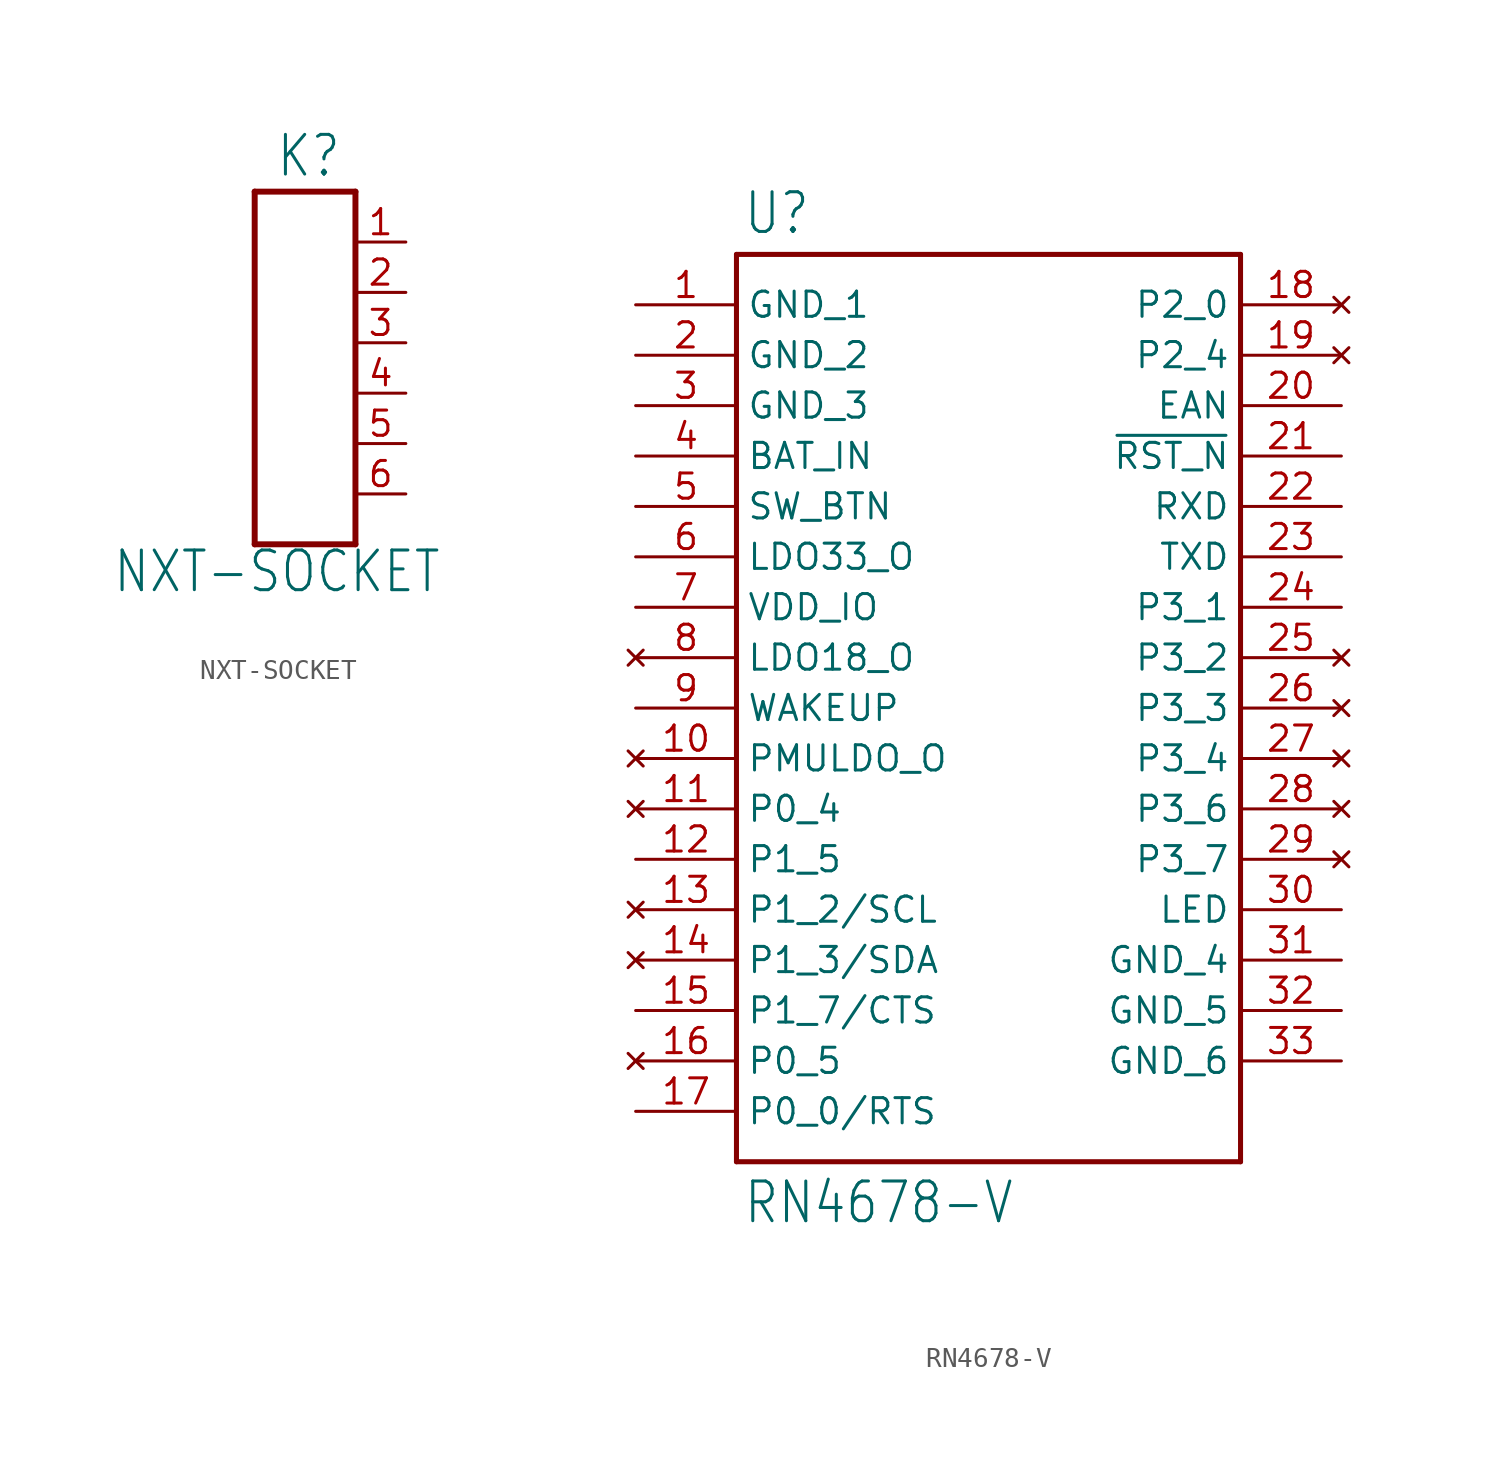
<source format=kicad_sym>
(kicad_symbol_lib
  (version 20211014)
  (generator kicad_symbol_editor)
  (symbol "NXT-SOCKET"
    (property "Reference" "K"
      (at -4.035 18.415 0)
      (effects (font (size 2 1.7)) (justify left bottom)))
    (property "Value" "NXT-SOCKET"
      (at -12.27 -2.54 0)
      (effects (font (size 2 1.7)) (justify left bottom)))
    (property "ki_locked" ""
      (at 0 0 0)
      (effects (font (size 1.27 1.27))))
    (symbol "NXT-SOCKET_1_0"
      (polyline (pts (xy -5.08 0) (xy 0 0)) (stroke (width 0.3) (type default) (color 0 0 0 0)) (fill (type none)))
      (polyline (pts (xy -5.08 17.78) (xy -5.08 0)) (stroke (width 0.3) (type default) (color 0 0 0 0)) (fill (type none)))
      (polyline (pts (xy 0 0) (xy 0 17.78)) (stroke (width 0.3) (type default) (color 0 0 0 0)) (fill (type none)))
      (polyline (pts (xy 0 17.78) (xy -5.08 17.78)) (stroke (width 0.3) (type default) (color 0 0 0 0)) (fill (type none)))
      (pin passive line (at 2.54 15.24 180) (length 2.54) (name "1" (effects (font (size 0 0)))) (number "1" (effects (font (size 1.27 1.27)))))
      (pin passive line (at 2.54 12.7 180) (length 2.54) (name "2" (effects (font (size 0 0)))) (number "2" (effects (font (size 1.27 1.27)))))
      (pin passive line (at 2.54 10.16 180) (length 2.54) (name "3" (effects (font (size 0 0)))) (number "3" (effects (font (size 1.27 1.27)))))
      (pin passive line (at 2.54 7.62 180) (length 2.54) (name "4" (effects (font (size 0 0)))) (number "4" (effects (font (size 1.27 1.27)))))
      (pin passive line (at 2.54 5.08 180) (length 2.54) (name "5" (effects (font (size 0 0)))) (number "5" (effects (font (size 1.27 1.27)))))
      (pin passive line (at 2.54 2.54 180) (length 2.54) (name "6" (effects (font (size 0 0)))) (number "6" (effects (font (size 1.27 1.27)))))))
  (symbol "RN4678-V"
    (property "Reference" "U"
      (at 5.397 3.445 0)
      (effects (font (size 2 1.7)) (justify left bottom)))
    (property "Value" "RN4678-V"
      (at 5.397 -46.403 0)
      (effects (font (size 2 1.7)) (justify left bottom)))
    (property "ki_locked" ""
      (at 0 0 0)
      (effects (font (size 1.27 1.27))))
    (symbol "RN4678-V_1_0"
      (polyline (pts (xy 5.08 -43.18) (xy 5.08 2.54)) (stroke (width 0.254) (type default) (color 0 0 0 0)) (fill (type none)))
      (polyline (pts (xy 5.08 2.54) (xy 30.48 2.54)) (stroke (width 0.254) (type default) (color 0 0 0 0)) (fill (type none)))
      (polyline (pts (xy 30.48 -43.18) (xy 5.08 -43.18)) (stroke (width 0.254) (type default) (color 0 0 0 0)) (fill (type none)))
      (polyline (pts (xy 30.48 2.54) (xy 30.48 -43.18)) (stroke (width 0.254) (type default) (color 0 0 0 0)) (fill (type none)))
      (pin passive line (at 0 0 0) (length 5.08) (name "GND_1" (effects (font (size 1.27 1.27)))) (number "1" (effects (font (size 1.27 1.27)))))
      (pin no_connect line (at 0 -22.86 0) (length 5.08) (name "PMULDO_O" (effects (font (size 1.27 1.27)))) (number "10" (effects (font (size 1.27 1.27)))))
      (pin no_connect line (at 0 -25.4 0) (length 5.08) (name "P0_4" (effects (font (size 1.27 1.27)))) (number "11" (effects (font (size 1.27 1.27)))))
      (pin passive line (at 0 -27.94 0) (length 5.08) (name "P1_5" (effects (font (size 1.27 1.27)))) (number "12" (effects (font (size 1.27 1.27)))))
      (pin no_connect line (at 0 -30.48 0) (length 5.08) (name "P1_2/SCL" (effects (font (size 1.27 1.27)))) (number "13" (effects (font (size 1.27 1.27)))))
      (pin no_connect line (at 0 -33.02 0) (length 5.08) (name "P1_3/SDA" (effects (font (size 1.27 1.27)))) (number "14" (effects (font (size 1.27 1.27)))))
      (pin passive line (at 0 -35.56 0) (length 5.08) (name "P1_7/CTS" (effects (font (size 1.27 1.27)))) (number "15" (effects (font (size 1.27 1.27)))))
      (pin no_connect line (at 0 -38.1 0) (length 5.08) (name "P0_5" (effects (font (size 1.27 1.27)))) (number "16" (effects (font (size 1.27 1.27)))))
      (pin passive line (at 0 -40.64 0) (length 5.08) (name "P0_0/RTS" (effects (font (size 1.27 1.27)))) (number "17" (effects (font (size 1.27 1.27)))))
      (pin no_connect line (at 35.56 0 180) (length 5.08) (name "P2_0" (effects (font (size 1.27 1.27)))) (number "18" (effects (font (size 1.27 1.27)))))
      (pin no_connect line (at 35.56 -2.54 180) (length 5.08) (name "P2_4" (effects (font (size 1.27 1.27)))) (number "19" (effects (font (size 1.27 1.27)))))
      (pin passive line (at 0 -2.54 0) (length 5.08) (name "GND_2" (effects (font (size 1.27 1.27)))) (number "2" (effects (font (size 1.27 1.27)))))
      (pin passive line (at 35.56 -5.08 180) (length 5.08) (name "EAN" (effects (font (size 1.27 1.27)))) (number "20" (effects (font (size 1.27 1.27)))))
      (pin passive line (at 35.56 -7.62 180) (length 5.08) (name "~{RST_N}" (effects (font (size 1.27 1.27)))) (number "21" (effects (font (size 1.27 1.27)))))
      (pin passive line (at 35.56 -10.16 180) (length 5.08) (name "RXD" (effects (font (size 1.27 1.27)))) (number "22" (effects (font (size 1.27 1.27)))))
      (pin passive line (at 35.56 -12.7 180) (length 5.08) (name "TXD" (effects (font (size 1.27 1.27)))) (number "23" (effects (font (size 1.27 1.27)))))
      (pin passive line (at 35.56 -15.24 180) (length 5.08) (name "P3_1" (effects (font (size 1.27 1.27)))) (number "24" (effects (font (size 1.27 1.27)))))
      (pin no_connect line (at 35.56 -17.78 180) (length 5.08) (name "P3_2" (effects (font (size 1.27 1.27)))) (number "25" (effects (font (size 1.27 1.27)))))
      (pin no_connect line (at 35.56 -20.32 180) (length 5.08) (name "P3_3" (effects (font (size 1.27 1.27)))) (number "26" (effects (font (size 1.27 1.27)))))
      (pin no_connect line (at 35.56 -22.86 180) (length 5.08) (name "P3_4" (effects (font (size 1.27 1.27)))) (number "27" (effects (font (size 1.27 1.27)))))
      (pin no_connect line (at 35.56 -25.4 180) (length 5.08) (name "P3_6" (effects (font (size 1.27 1.27)))) (number "28" (effects (font (size 1.27 1.27)))))
      (pin no_connect line (at 35.56 -27.94 180) (length 5.08) (name "P3_7" (effects (font (size 1.27 1.27)))) (number "29" (effects (font (size 1.27 1.27)))))
      (pin passive line (at 0 -5.08 0) (length 5.08) (name "GND_3" (effects (font (size 1.27 1.27)))) (number "3" (effects (font (size 1.27 1.27)))))
      (pin passive line (at 35.56 -30.48 180) (length 5.08) (name "LED" (effects (font (size 1.27 1.27)))) (number "30" (effects (font (size 1.27 1.27)))))
      (pin passive line (at 35.56 -33.02 180) (length 5.08) (name "GND_4" (effects (font (size 1.27 1.27)))) (number "31" (effects (font (size 1.27 1.27)))))
      (pin passive line (at 35.56 -35.56 180) (length 5.08) (name "GND_5" (effects (font (size 1.27 1.27)))) (number "32" (effects (font (size 1.27 1.27)))))
      (pin passive line (at 35.56 -38.1 180) (length 5.08) (name "GND_6" (effects (font (size 1.27 1.27)))) (number "33" (effects (font (size 1.27 1.27)))))
      (pin passive line (at 0 -7.62 0) (length 5.08) (name "BAT_IN" (effects (font (size 1.27 1.27)))) (number "4" (effects (font (size 1.27 1.27)))))
      (pin passive line (at 0 -10.16 0) (length 5.08) (name "SW_BTN" (effects (font (size 1.27 1.27)))) (number "5" (effects (font (size 1.27 1.27)))))
      (pin passive line (at 0 -12.7 0) (length 5.08) (name "LDO33_O" (effects (font (size 1.27 1.27)))) (number "6" (effects (font (size 1.27 1.27)))))
      (pin passive line (at 0 -15.24 0) (length 5.08) (name "VDD_IO" (effects (font (size 1.27 1.27)))) (number "7" (effects (font (size 1.27 1.27)))))
      (pin no_connect line (at 0 -17.78 0) (length 5.08) (name "LDO18_O" (effects (font (size 1.27 1.27)))) (number "8" (effects (font (size 1.27 1.27)))))
      (pin passive line (at 0 -20.32 0) (length 5.08) (name "WAKEUP" (effects (font (size 1.27 1.27)))) (number "9" (effects (font (size 1.27 1.27))))))))
</source>
